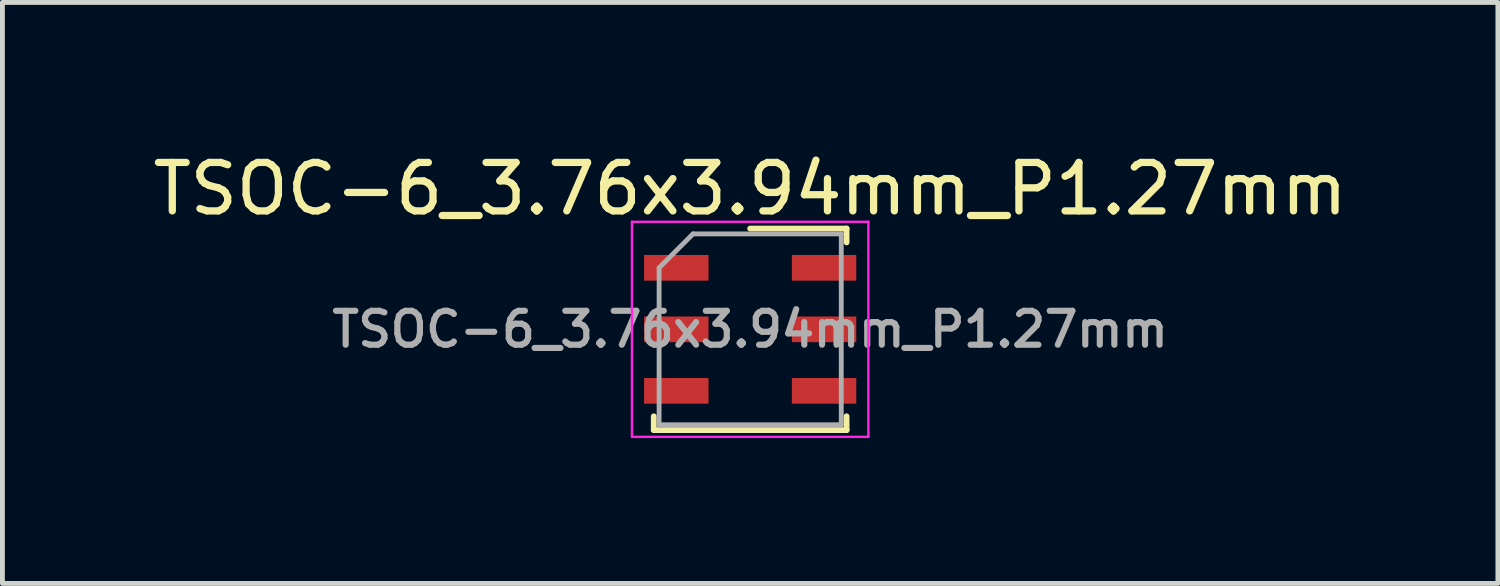
<source format=kicad_pcb>
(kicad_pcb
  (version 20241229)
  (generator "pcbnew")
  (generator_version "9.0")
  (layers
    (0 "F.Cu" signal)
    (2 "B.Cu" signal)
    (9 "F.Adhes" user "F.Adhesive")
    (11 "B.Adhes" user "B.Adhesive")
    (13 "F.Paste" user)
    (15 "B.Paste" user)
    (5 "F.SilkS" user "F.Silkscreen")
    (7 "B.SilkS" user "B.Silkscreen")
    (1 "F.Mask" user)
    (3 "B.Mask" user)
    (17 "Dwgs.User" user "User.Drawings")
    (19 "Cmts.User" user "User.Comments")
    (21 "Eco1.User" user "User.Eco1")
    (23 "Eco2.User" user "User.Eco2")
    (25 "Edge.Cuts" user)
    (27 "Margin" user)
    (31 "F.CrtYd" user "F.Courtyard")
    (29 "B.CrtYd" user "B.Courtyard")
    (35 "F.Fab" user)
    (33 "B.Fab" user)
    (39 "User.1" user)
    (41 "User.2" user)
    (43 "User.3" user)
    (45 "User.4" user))
  (footprint "TSOC-6_3.76x3.94mm_P1.27mm"
    (layer "F.Cu")
    (at 12.435 3.748)
    (property "Reference" "TSOC-6_3.76x3.94mm_P1.27mm" (at 0 -2.9 0) (layer "F.SilkS") (effects (font (size 1 1) (thickness 0.15))))
    (attr smd)
    (fp_line (start -1.99 1.795) (end -1.99 2.08) (stroke (width 0.12) (type solid)) (layer "F.SilkS"))
    (fp_line (start -1.99 2.08) (end 1.99 2.08) (stroke (width 0.12) (type solid)) (layer "F.SilkS"))
    (fp_line (start 0 -2.08) (end 1.99 -2.08) (stroke (width 0.12) (type solid)) (layer "F.SilkS"))
    (fp_line (start 1.99 -2.08) (end 1.99 -1.795) (stroke (width 0.12) (type solid)) (layer "F.SilkS"))
    (fp_line (start 1.99 1.795) (end 1.99 2.08) (stroke (width 0.12) (type solid)) (layer "F.SilkS"))
    (fp_line (start -2.44 -2.22) (end -2.44 2.22) (stroke (width 0.05) (type solid)) (layer "F.CrtYd"))
    (fp_line (start -2.44 -2.22) (end 2.44 -2.22) (stroke (width 0.05) (type solid)) (layer "F.CrtYd"))
    (fp_line (start -2.44 2.22) (end 2.44 2.22) (stroke (width 0.05) (type solid)) (layer "F.CrtYd"))
    (fp_line (start 2.44 -2.22) (end 2.44 2.22) (stroke (width 0.05) (type solid)) (layer "F.CrtYd"))
    (fp_line (start -1.88 -1.27) (end -1.88 1.97) (stroke (width 0.1) (type solid)) (layer "F.Fab"))
    (fp_line (start -1.88 -1.27) (end -1.18 -1.97) (stroke (width 0.1) (type solid)) (layer "F.Fab"))
    (fp_line (start -1.88 1.97) (end 1.88 1.97) (stroke (width 0.1) (type solid)) (layer "F.Fab"))
    (fp_line (start -1.18 -1.97) (end 1.88 -1.97) (stroke (width 0.1) (type solid)) (layer "F.Fab"))
    (fp_line (start 1.88 -1.97) (end 1.88 1.97) (stroke (width 0.1) (type solid)) (layer "F.Fab"))
    (fp_text user "${REFERENCE}" (at 0 0 0) (layer "F.Fab") (effects (font (size 0.7 0.7) (thickness 0.127))))
    (pad "1" smd rect (at -1.525 -1.27) (size 1.33 0.53) (layers "F.Cu" "F.Mask" "F.Paste"))
    (pad "2" smd rect (at -1.525 0) (size 1.33 0.53) (layers "F.Cu" "F.Mask" "F.Paste"))
    (pad "3" smd rect (at -1.525 1.27) (size 1.33 0.53) (layers "F.Cu" "F.Mask" "F.Paste"))
    (pad "4" smd rect (at 1.525 1.27) (size 1.33 0.53) (layers "F.Cu" "F.Mask" "F.Paste"))
    (pad "5" smd rect (at 1.525 0) (size 1.33 0.53) (layers "F.Cu" "F.Mask" "F.Paste"))
    (pad "6" smd rect (at 1.525 -1.27) (size 1.33 0.53) (layers "F.Cu" "F.Mask" "F.Paste")))
  (gr_rect
    (start -3 -3)
    (end 27.869 8.993)
    (stroke (width 0.1) (type default))
    (fill no)
    (layer "Edge.Cuts")))
</source>
